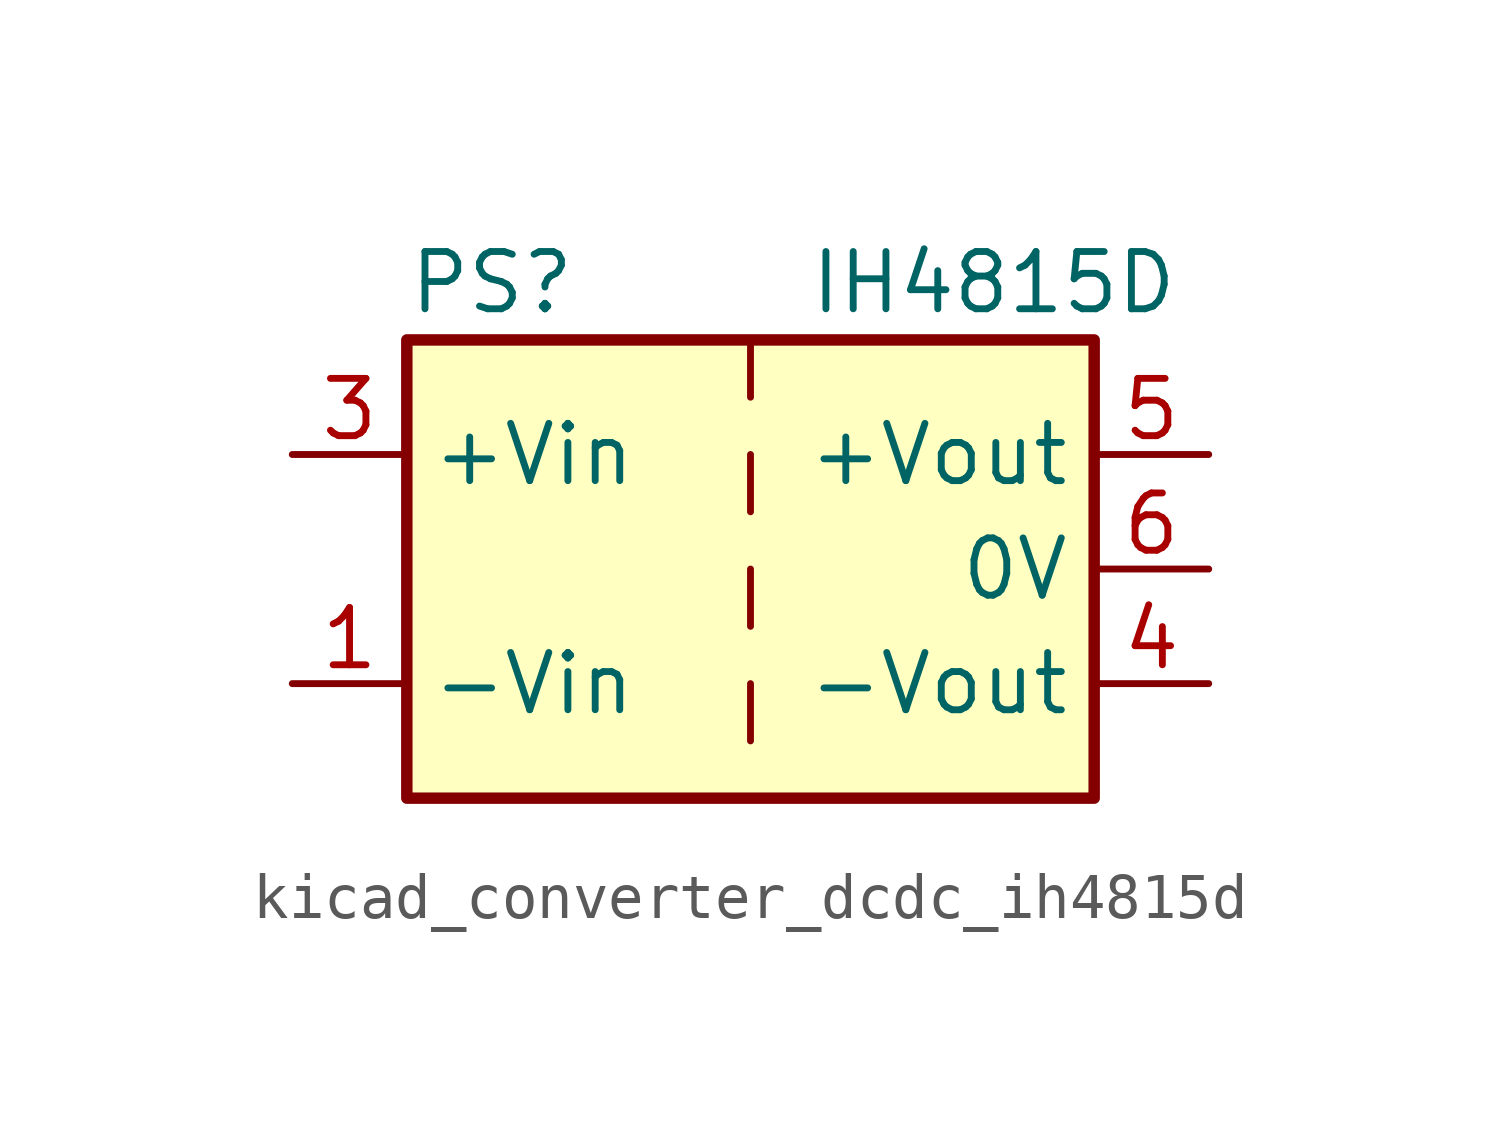
<source format=kicad_sym>
(kicad_symbol_lib
  (version 20220914)
  (generator kicad_symbol_editor)
  (symbol "kicad_converter_dcdc_ih4815d"
    (property "Reference" "PS"
      (at -7.62 6.35 0)
      (effects (font (size 1.27 1.27)) (justify left)))
    (property "Value" "IH4815D"
      (at 1.27 6.35 0)
      (effects (font (size 1.27 1.27)) (justify left)))
    (symbol "kicad_converter_dcdc_ih4815d_0_0"
      (pin power_in line (at -10.16 -2.54 0) (length 2.54) (name "-Vin" (effects (font (size 1.27 1.27)))) (number "1" (effects (font (size 1.27 1.27)))))
      (pin power_in line (at -10.16 2.54 0) (length 2.54) (name "+Vin" (effects (font (size 1.27 1.27)))) (number "3" (effects (font (size 1.27 1.27)))))
      (pin power_out line (at 10.16 -2.54 180) (length 2.54) (name "-Vout" (effects (font (size 1.27 1.27)))) (number "4" (effects (font (size 1.27 1.27)))))
      (pin power_out line (at 10.16 2.54 180) (length 2.54) (name "+Vout" (effects (font (size 1.27 1.27)))) (number "5" (effects (font (size 1.27 1.27)))))
      (pin power_out line (at 10.16 0 180) (length 2.54) (name "0V" (effects (font (size 1.27 1.27)))) (number "6" (effects (font (size 1.27 1.27))))))
    (symbol "kicad_converter_dcdc_ih4815d_0_1"
      (rectangle (start -7.62 5.08) (end 7.62 -5.08) (stroke (width 0.254) (type default)) (fill (type background)))
      (polyline (pts (xy 0 -2.54) (xy 0 -3.81)) (stroke (width 0) (type default)) (fill (type none)))
      (polyline (pts (xy 0 0) (xy 0 -1.27)) (stroke (width 0) (type default)) (fill (type none)))
      (polyline (pts (xy 0 2.54) (xy 0 1.27)) (stroke (width 0) (type default)) (fill (type none)))
      (polyline (pts (xy 0 5.08) (xy 0 3.81)) (stroke (width 0) (type default)) (fill (type none))))
    (symbol "kicad_converter_dcdc_ih4815d_1_1"
      (pin no_connect line (at 0 -5.08 90) (length 2.54) hide (name "NC" (effects (font (size 1.27 1.27)))) (number "2" (effects (font (size 1.27 1.27))))))))
</source>
